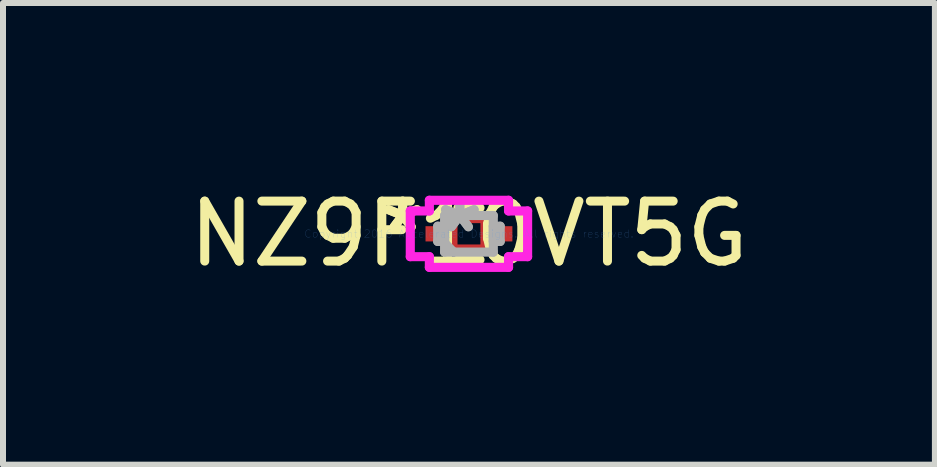
<source format=kicad_pcb>
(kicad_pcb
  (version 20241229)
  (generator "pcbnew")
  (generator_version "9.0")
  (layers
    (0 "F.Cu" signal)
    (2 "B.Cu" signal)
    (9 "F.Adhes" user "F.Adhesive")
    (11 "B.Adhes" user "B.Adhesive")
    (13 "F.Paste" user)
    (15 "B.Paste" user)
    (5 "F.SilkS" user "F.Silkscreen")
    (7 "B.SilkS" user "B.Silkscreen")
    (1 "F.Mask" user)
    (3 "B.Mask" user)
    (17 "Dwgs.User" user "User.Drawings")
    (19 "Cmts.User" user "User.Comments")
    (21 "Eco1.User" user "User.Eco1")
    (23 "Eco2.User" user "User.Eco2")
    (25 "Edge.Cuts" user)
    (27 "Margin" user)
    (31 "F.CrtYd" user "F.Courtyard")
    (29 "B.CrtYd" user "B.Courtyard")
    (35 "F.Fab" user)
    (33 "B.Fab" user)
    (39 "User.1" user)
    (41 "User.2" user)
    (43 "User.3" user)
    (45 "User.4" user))
  (footprint "NZ9F10VT5G"
    (layer "F.Cu")
    (at 4.768 0.848)
    (property "Reference" "NZ9F10VT5G" (at 0 0 0) (layer "F.SilkS") (effects (font (size 1 1) (thickness 0.15))))
    (attr through_hole)
    (fp_line (start -0.267 -0.254) (end 0.267 -0.254) (stroke (width 0.152) (type solid)) (layer "F.Cu"))
    (fp_line (start -0.267 0.254) (end -0.267 -0.254) (stroke (width 0.152) (type solid)) (layer "F.Cu"))
    (fp_line (start 0.267 -0.254) (end 0.267 0.254) (stroke (width 0.152) (type solid)) (layer "F.Cu"))
    (fp_line (start 0.267 0.254) (end -0.267 0.254) (stroke (width 0.152) (type solid)) (layer "F.Cu"))
    (fp_line (start -0.184 0.432) (end 0.184 0.432) (stroke (width 0.152) (type solid)) (layer "F.SilkS"))
    (fp_line (start 0.184 -0.432) (end -0.184 -0.432) (stroke (width 0.152) (type solid)) (layer "F.SilkS"))
    (fp_line (start -0.978 -0.381) (end -0.66 -0.381) (stroke (width 0.152) (type solid)) (layer "F.CrtYd"))
    (fp_line (start -0.978 0.381) (end -0.978 -0.381) (stroke (width 0.152) (type solid)) (layer "F.CrtYd"))
    (fp_line (start -0.66 -0.559) (end 0.66 -0.559) (stroke (width 0.152) (type solid)) (layer "F.CrtYd"))
    (fp_line (start -0.66 -0.381) (end -0.66 -0.559) (stroke (width 0.152) (type solid)) (layer "F.CrtYd"))
    (fp_line (start -0.66 0.381) (end -0.978 0.381) (stroke (width 0.152) (type solid)) (layer "F.CrtYd"))
    (fp_line (start -0.66 0.559) (end -0.66 0.381) (stroke (width 0.152) (type solid)) (layer "F.CrtYd"))
    (fp_line (start 0.66 -0.559) (end 0.66 -0.381) (stroke (width 0.152) (type solid)) (layer "F.CrtYd"))
    (fp_line (start 0.66 -0.381) (end 0.978 -0.381) (stroke (width 0.152) (type solid)) (layer "F.CrtYd"))
    (fp_line (start 0.66 0.381) (end 0.66 0.559) (stroke (width 0.152) (type solid)) (layer "F.CrtYd"))
    (fp_line (start 0.66 0.559) (end -0.66 0.559) (stroke (width 0.152) (type solid)) (layer "F.CrtYd"))
    (fp_line (start 0.978 -0.381) (end 0.978 0.381) (stroke (width 0.152) (type solid)) (layer "F.CrtYd"))
    (fp_line (start 0.978 0.381) (end 0.66 0.381) (stroke (width 0.152) (type solid)) (layer "F.CrtYd"))
    (fp_line (start -0.521 -0.127) (end -0.521 0.127) (stroke (width 0.152) (type solid)) (layer "F.Fab"))
    (fp_line (start -0.521 0.127) (end -0.406 0.127) (stroke (width 0.152) (type solid)) (layer "F.Fab"))
    (fp_line (start -0.406 -0.305) (end -0.406 0.305) (stroke (width 0.152) (type solid)) (layer "F.Fab"))
    (fp_line (start -0.406 -0.152) (end -0.254 -0.305) (stroke (width 0.152) (type solid)) (layer "F.Fab"))
    (fp_line (start -0.406 -0.127) (end -0.521 -0.127) (stroke (width 0.152) (type solid)) (layer "F.Fab"))
    (fp_line (start -0.406 0.127) (end -0.406 -0.127) (stroke (width 0.152) (type solid)) (layer "F.Fab"))
    (fp_line (start -0.406 0.152) (end -0.254 0.305) (stroke (width 0.152) (type solid)) (layer "F.Fab"))
    (fp_line (start -0.406 0.305) (end 0.406 0.305) (stroke (width 0.152) (type solid)) (layer "F.Fab"))
    (fp_line (start 0.406 -0.305) (end -0.406 -0.305) (stroke (width 0.152) (type solid)) (layer "F.Fab"))
    (fp_line (start 0.406 -0.127) (end 0.406 0.127) (stroke (width 0.152) (type solid)) (layer "F.Fab"))
    (fp_line (start 0.406 0.127) (end 0.521 0.127) (stroke (width 0.152) (type solid)) (layer "F.Fab"))
    (fp_line (start 0.406 0.305) (end 0.406 -0.305) (stroke (width 0.152) (type solid)) (layer "F.Fab"))
    (fp_line (start 0.521 -0.127) (end 0.406 -0.127) (stroke (width 0.152) (type solid)) (layer "F.Fab"))
    (fp_line (start 0.521 0.127) (end 0.521 -0.127) (stroke (width 0.152) (type solid)) (layer "F.Fab"))
    (fp_text user "*" (at -1.105 0 0) (layer "F.SilkS") (effects (font (size 1 1) (thickness 0.15))))
    (fp_text user "*" (at -1.105 0 0) (layer "F.SilkS") (effects (font (size 1 1) (thickness 0.15))))
    (fp_text user "Copyright 2016 Accelerated Designs. All rights reserved." (at 0 0 0) (layer "Cmts.User") (effects (font (size 0.127 0.127) (thickness 0.002))))
    (fp_text user "*" (at -0.152 0 0) (layer "F.Fab") (effects (font (size 1 1) (thickness 0.15))))
    (fp_text user "*" (at -0.152 0 0) (layer "F.Fab") (effects (font (size 1 1) (thickness 0.15))))
    (pad "1" smd rect (at -0.521 0) (size 0.406 0.254) (layers "F.Cu" "F.Mask" "F.Paste"))
    (pad "2" smd rect (at 0.521 0) (size 0.406 0.254) (layers "F.Cu" "F.Mask" "F.Paste")))
  (gr_rect
    (start -3 -3)
    (end 12.536 4.697)
    (stroke (width 0.1) (type default))
    (fill no)
    (layer "Edge.Cuts")))
</source>
